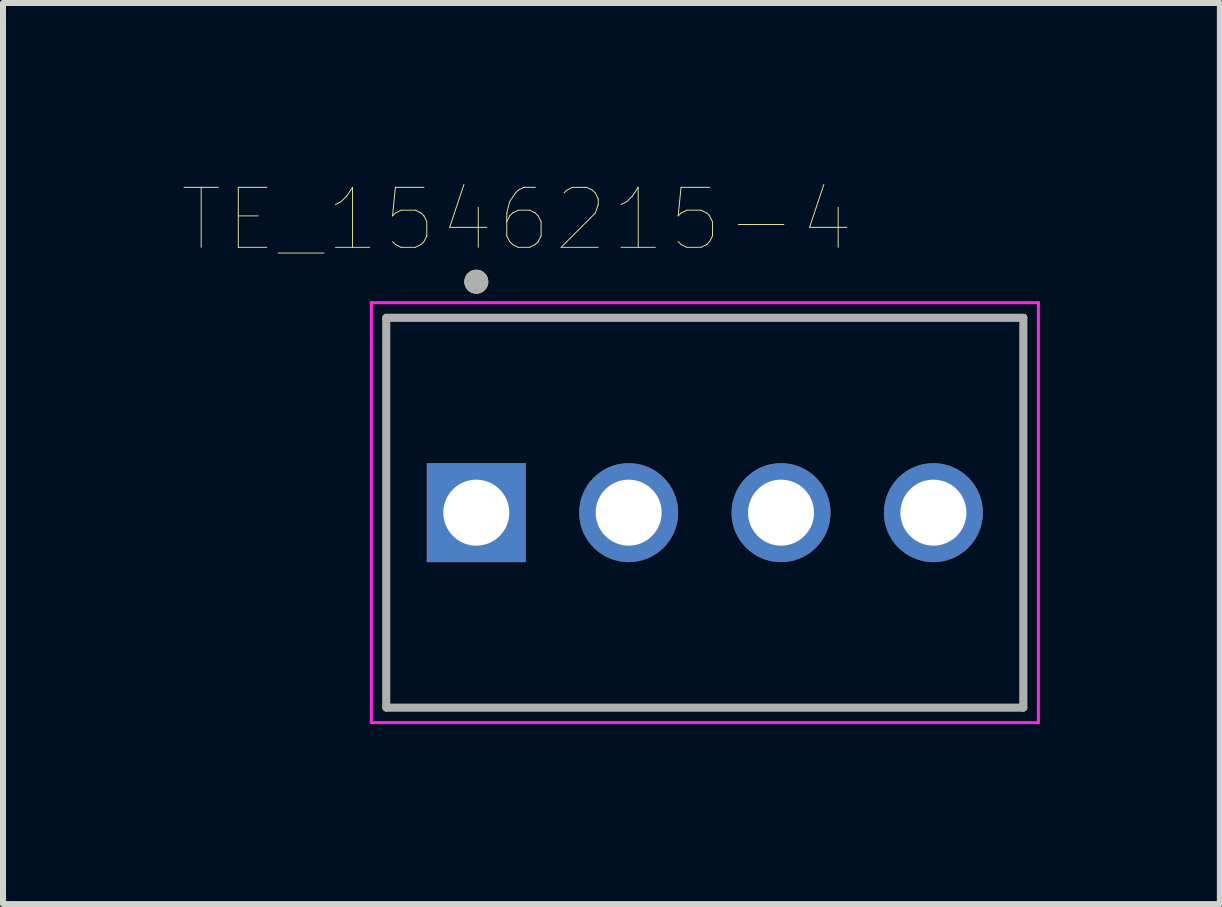
<source format=kicad_pcb>
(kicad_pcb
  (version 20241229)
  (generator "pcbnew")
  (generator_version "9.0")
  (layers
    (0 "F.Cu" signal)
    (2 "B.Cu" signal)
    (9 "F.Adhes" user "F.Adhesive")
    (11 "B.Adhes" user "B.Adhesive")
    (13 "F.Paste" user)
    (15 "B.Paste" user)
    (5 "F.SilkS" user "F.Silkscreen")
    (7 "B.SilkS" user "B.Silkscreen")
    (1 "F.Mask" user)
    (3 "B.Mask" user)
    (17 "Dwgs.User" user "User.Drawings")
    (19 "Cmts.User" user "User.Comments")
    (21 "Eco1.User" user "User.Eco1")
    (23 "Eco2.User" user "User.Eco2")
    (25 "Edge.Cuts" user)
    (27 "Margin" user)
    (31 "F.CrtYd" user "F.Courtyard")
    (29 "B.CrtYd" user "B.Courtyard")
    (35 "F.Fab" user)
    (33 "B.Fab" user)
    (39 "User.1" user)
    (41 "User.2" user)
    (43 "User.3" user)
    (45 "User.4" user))
  (footprint "TE_1546215-4"
    (layer "F.Cu")
    (at 8.7 5.496)
    (property "Reference" "TE_1546215-4" (at -3.135 -4.885 0) (layer "F.SilkS") (effects (font (size 1 1) (thickness 0.015))))
    (attr through_hole)
    (fp_line (start -5.31 -3.25) (end 5.31 -3.25) (stroke (width 0.127) (type solid)) (layer "F.SilkS"))
    (fp_line (start -5.31 3.25) (end -5.31 -3.25) (stroke (width 0.127) (type solid)) (layer "F.SilkS"))
    (fp_line (start 5.31 -3.25) (end 5.31 3.25) (stroke (width 0.127) (type solid)) (layer "F.SilkS"))
    (fp_line (start 5.31 3.25) (end -5.31 3.25) (stroke (width 0.127) (type solid)) (layer "F.SilkS"))
    (fp_circle (center -3.81 -3.85) (end -3.71 -3.85) (stroke (width 0.2) (type solid)) (fill no) (layer "F.SilkS"))
    (fp_line (start -5.56 -3.5) (end 5.56 -3.5) (stroke (width 0.05) (type solid)) (layer "F.CrtYd"))
    (fp_line (start -5.56 3.5) (end -5.56 -3.5) (stroke (width 0.05) (type solid)) (layer "F.CrtYd"))
    (fp_line (start 5.56 -3.5) (end 5.56 3.5) (stroke (width 0.05) (type solid)) (layer "F.CrtYd"))
    (fp_line (start 5.56 3.5) (end -5.56 3.5) (stroke (width 0.05) (type solid)) (layer "F.CrtYd"))
    (fp_line (start -5.31 -3.25) (end 5.31 -3.25) (stroke (width 0.127) (type solid)) (layer "F.Fab"))
    (fp_line (start -5.31 3.25) (end -5.31 -3.25) (stroke (width 0.127) (type solid)) (layer "F.Fab"))
    (fp_line (start 5.31 -3.25) (end 5.31 3.25) (stroke (width 0.127) (type solid)) (layer "F.Fab"))
    (fp_line (start 5.31 3.25) (end -5.31 3.25) (stroke (width 0.127) (type solid)) (layer "F.Fab"))
    (fp_circle (center -3.81 -3.85) (end -3.71 -3.85) (stroke (width 0.2) (type solid)) (fill no) (layer "F.Fab"))
    (pad "1" thru_hole rect (at -3.81 0) (size 1.65 1.65) (drill 1.1) (layers "*.Cu" "*.Mask"))
    (pad "2" thru_hole circle (at -1.27 0) (size 1.65 1.65) (drill 1.1) (layers "*.Cu" "*.Mask"))
    (pad "3" thru_hole circle (at 1.27 0) (size 1.65 1.65) (drill 1.1) (layers "*.Cu" "*.Mask"))
    (pad "4" thru_hole circle (at 3.81 0) (size 1.65 1.65) (drill 1.1) (layers "*.Cu" "*.Mask")))
  (gr_rect
    (start -3 -3)
    (end 17.285 12.021)
    (stroke (width 0.1) (type default))
    (fill no)
    (layer "Edge.Cuts")))
</source>
